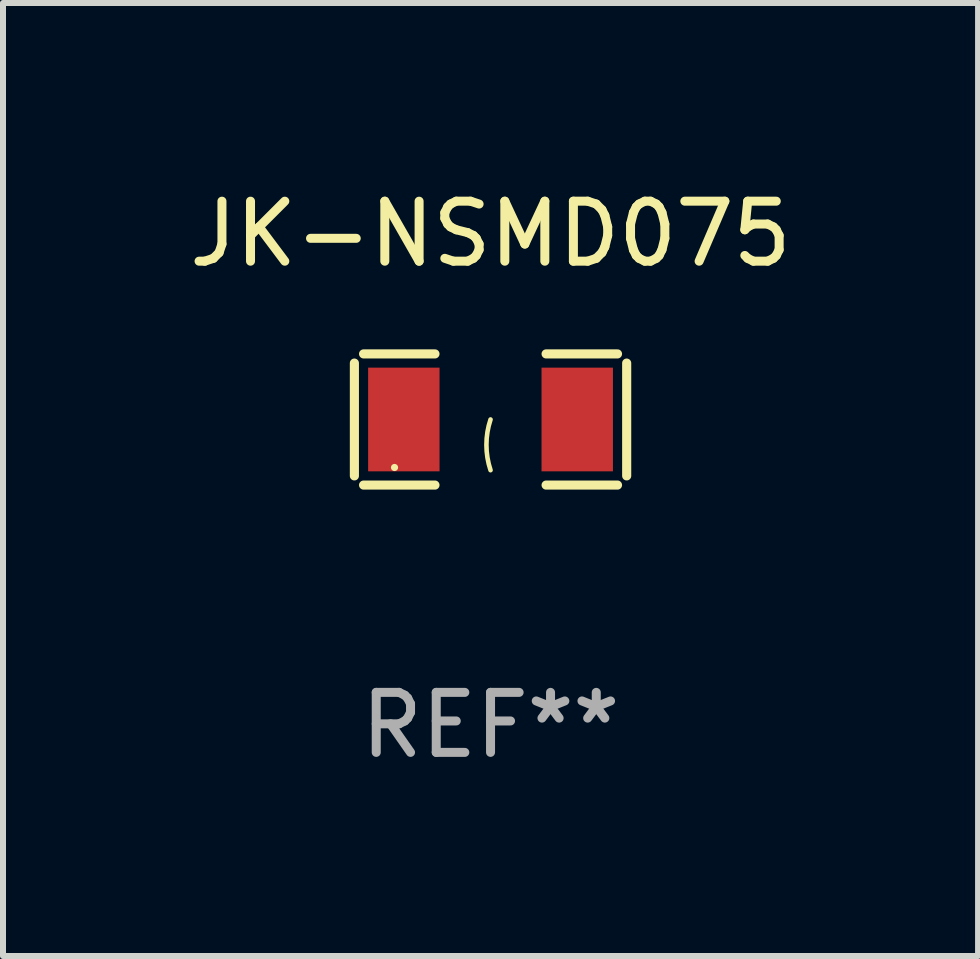
<source format=kicad_pcb>
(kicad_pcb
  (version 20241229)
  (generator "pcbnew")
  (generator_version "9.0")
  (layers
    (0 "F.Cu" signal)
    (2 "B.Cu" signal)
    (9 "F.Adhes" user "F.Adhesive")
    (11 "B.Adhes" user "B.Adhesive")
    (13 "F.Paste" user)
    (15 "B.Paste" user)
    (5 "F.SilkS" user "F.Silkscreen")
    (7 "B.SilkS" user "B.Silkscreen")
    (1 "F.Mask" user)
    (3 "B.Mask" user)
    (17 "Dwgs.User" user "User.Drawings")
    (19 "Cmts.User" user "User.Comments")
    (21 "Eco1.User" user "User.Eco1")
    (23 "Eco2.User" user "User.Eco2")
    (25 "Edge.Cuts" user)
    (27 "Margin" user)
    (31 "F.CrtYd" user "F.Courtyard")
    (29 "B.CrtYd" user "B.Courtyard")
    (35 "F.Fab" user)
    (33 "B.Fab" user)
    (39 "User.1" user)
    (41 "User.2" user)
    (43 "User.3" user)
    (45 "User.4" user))
  (footprint "JK-NSMD075"
    (layer "F.Cu")
    (at 5.125 3.941)
    (property "Reference" "JK-NSMD075" (at 0 -3.093 0) (layer "F.SilkS") (effects (font (size 1 1) (thickness 0.15))))
    (attr through_hole)
    (fp_line (start -2.269 -0.94) (end -2.269 0.94) (stroke (width 0.152) (type solid)) (layer "F.SilkS"))
    (fp_line (start -2.116 1.093) (end -0.926 1.093) (stroke (width 0.152) (type solid)) (layer "F.SilkS"))
    (fp_line (start -0.926 -1.093) (end -2.116 -1.093) (stroke (width 0.152) (type solid)) (layer "F.SilkS"))
    (fp_line (start 0.926 -1.093) (end 2.116 -1.093) (stroke (width 0.152) (type solid)) (layer "F.SilkS"))
    (fp_line (start 2.116 1.093) (end 0.926 1.093) (stroke (width 0.152) (type solid)) (layer "F.SilkS"))
    (fp_line (start 2.269 -0.94) (end 2.269 0.94) (stroke (width 0.152) (type solid)) (layer "F.SilkS"))
    (fp_arc (start 0 0.844951) (mid -0.068559 0.422475) (end 0 0) (stroke (width 0.0762) (type solid)) (layer "F.SilkS"))
    (fp_circle (center -1.6 0.8) (end -1.57 0.8) (stroke (width 0.06) (type solid)) (fill no) (layer "F.SilkS"))
    (fp_text user "REF**" (at 0 5.093 0) (layer "F.Fab") (effects (font (size 1 1) (thickness 0.15))))
    (pad "1" smd rect (at -1.445 0) (size 1.19 1.728) (layers "F.Cu" "F.Mask" "F.Paste"))
    (pad "2" smd rect (at 1.445 0) (size 1.19 1.728) (layers "F.Cu" "F.Mask" "F.Paste")))
  (gr_rect
    (start -3 -3)
    (end 13.25 12.882)
    (stroke (width 0.1) (type default))
    (fill no)
    (layer "Edge.Cuts")))
</source>
